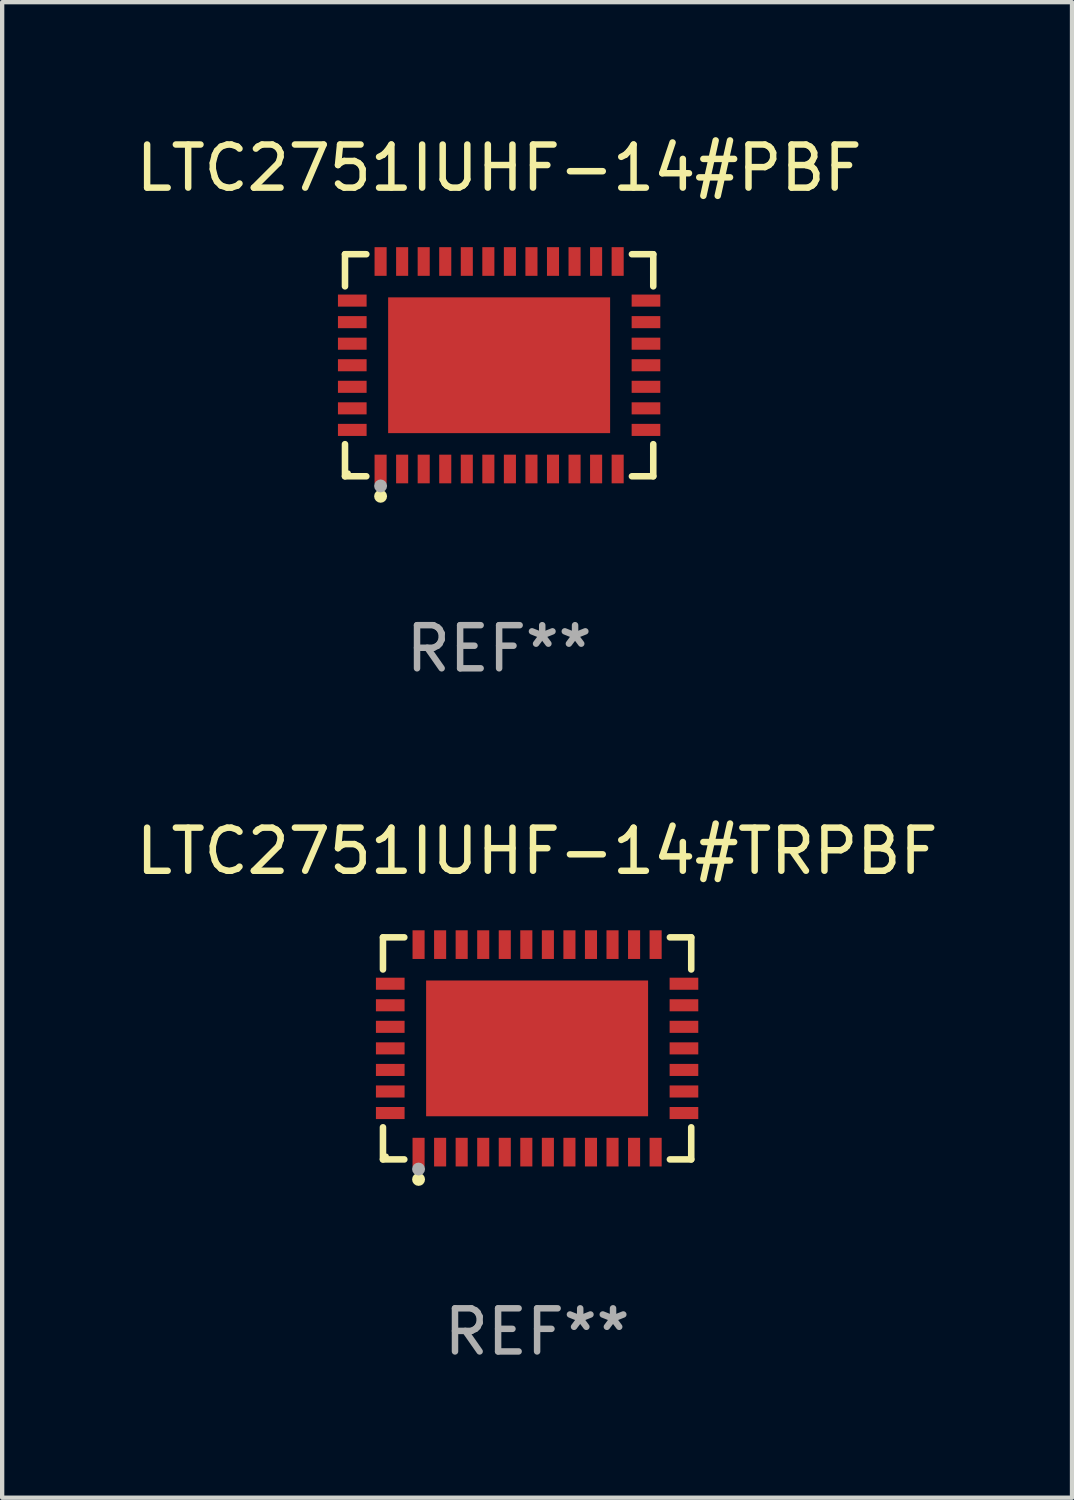
<source format=kicad_pcb>
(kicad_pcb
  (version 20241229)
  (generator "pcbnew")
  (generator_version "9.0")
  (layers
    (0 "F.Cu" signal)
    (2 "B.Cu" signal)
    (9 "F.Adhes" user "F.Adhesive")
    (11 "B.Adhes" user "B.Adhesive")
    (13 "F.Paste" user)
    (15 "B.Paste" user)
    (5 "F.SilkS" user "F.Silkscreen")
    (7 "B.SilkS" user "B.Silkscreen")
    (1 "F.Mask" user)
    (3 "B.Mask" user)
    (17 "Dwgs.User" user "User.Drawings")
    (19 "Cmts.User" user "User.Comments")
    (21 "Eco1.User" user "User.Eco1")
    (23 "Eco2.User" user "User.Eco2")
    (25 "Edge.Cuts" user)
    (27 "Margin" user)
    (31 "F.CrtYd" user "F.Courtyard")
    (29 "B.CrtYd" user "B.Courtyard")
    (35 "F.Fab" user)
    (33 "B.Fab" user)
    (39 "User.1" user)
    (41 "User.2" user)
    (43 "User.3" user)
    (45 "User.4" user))
  (footprint "LTC2751IUHF-14#TRPBF"
    (layer "F.Cu")
    (at 9.411 21.273)
    (property "Reference" "LTC2751IUHF-14#TRPBF" (at 0 -4.576 0) (layer "F.SilkS") (effects (font (size 1 1) (thickness 0.15))))
    (attr through_hole)
    (fp_line (start -3.576 -2.576) (end -3.081 -2.576) (stroke (width 0.152) (type solid)) (layer "F.SilkS"))
    (fp_line (start -3.576 -1.831) (end -3.576 -2.576) (stroke (width 0.152) (type solid)) (layer "F.SilkS"))
    (fp_line (start -3.576 1.831) (end -3.576 2.576) (stroke (width 0.152) (type solid)) (layer "F.SilkS"))
    (fp_line (start -3.576 2.576) (end -3.081 2.576) (stroke (width 0.152) (type solid)) (layer "F.SilkS"))
    (fp_line (start 3.576 -2.576) (end 3.081 -2.576) (stroke (width 0.152) (type solid)) (layer "F.SilkS"))
    (fp_line (start 3.576 -1.831) (end 3.576 -2.576) (stroke (width 0.152) (type solid)) (layer "F.SilkS"))
    (fp_line (start 3.576 1.831) (end 3.576 2.576) (stroke (width 0.152) (type solid)) (layer "F.SilkS"))
    (fp_line (start 3.576 2.576) (end 3.081 2.576) (stroke (width 0.152) (type solid)) (layer "F.SilkS"))
    (fp_circle (center -3.5 2.5) (end -3.47 2.5) (stroke (width 0.06) (type solid)) (fill no) (layer "F.SilkS"))
    (fp_circle (center -2.75 3.04) (end -2.675 3.04) (stroke (width 0.15) (type solid)) (fill no) (layer "F.SilkS"))
    (fp_circle (center -2.75 2.8) (end -2.675 2.8) (stroke (width 0.15) (type solid)) (fill no) (layer "F.Fab"))
    (fp_text user "REF**" (at 0 6.576 0) (layer "F.Fab") (effects (font (size 1 1) (thickness 0.15))))
    (pad "1" smd rect (at -2.75 2.407) (size 0.28 0.665) (layers "F.Cu" "F.Mask" "F.Paste"))
    (pad "2" smd rect (at -2.25 2.407) (size 0.28 0.665) (layers "F.Cu" "F.Mask" "F.Paste"))
    (pad "3" smd rect (at -1.75 2.407) (size 0.28 0.665) (layers "F.Cu" "F.Mask" "F.Paste"))
    (pad "4" smd rect (at -1.25 2.407) (size 0.28 0.665) (layers "F.Cu" "F.Mask" "F.Paste"))
    (pad "5" smd rect (at -0.75 2.407) (size 0.28 0.665) (layers "F.Cu" "F.Mask" "F.Paste"))
    (pad "6" smd rect (at -0.25 2.407) (size 0.28 0.665) (layers "F.Cu" "F.Mask" "F.Paste"))
    (pad "7" smd rect (at 0.25 2.407) (size 0.28 0.665) (layers "F.Cu" "F.Mask" "F.Paste"))
    (pad "8" smd rect (at 0.75 2.407) (size 0.28 0.665) (layers "F.Cu" "F.Mask" "F.Paste"))
    (pad "9" smd rect (at 1.25 2.407) (size 0.28 0.665) (layers "F.Cu" "F.Mask" "F.Paste"))
    (pad "10" smd rect (at 1.75 2.407) (size 0.28 0.665) (layers "F.Cu" "F.Mask" "F.Paste"))
    (pad "11" smd rect (at 2.25 2.407) (size 0.28 0.665) (layers "F.Cu" "F.Mask" "F.Paste"))
    (pad "12" smd rect (at 2.75 2.407) (size 0.28 0.665) (layers "F.Cu" "F.Mask" "F.Paste"))
    (pad "13" smd rect (at 3.407 1.5) (size 0.665 0.28) (layers "F.Cu" "F.Mask" "F.Paste"))
    (pad "14" smd rect (at 3.407 1) (size 0.665 0.28) (layers "F.Cu" "F.Mask" "F.Paste"))
    (pad "15" smd rect (at 3.407 0.5) (size 0.665 0.28) (layers "F.Cu" "F.Mask" "F.Paste"))
    (pad "16" smd rect (at 3.407 0) (size 0.665 0.28) (layers "F.Cu" "F.Mask" "F.Paste"))
    (pad "17" smd rect (at 3.407 -0.5) (size 0.665 0.28) (layers "F.Cu" "F.Mask" "F.Paste"))
    (pad "18" smd rect (at 3.407 -1) (size 0.665 0.28) (layers "F.Cu" "F.Mask" "F.Paste"))
    (pad "19" smd rect (at 3.407 -1.5) (size 0.665 0.28) (layers "F.Cu" "F.Mask" "F.Paste"))
    (pad "20" smd rect (at 2.75 -2.407) (size 0.28 0.665) (layers "F.Cu" "F.Mask" "F.Paste"))
    (pad "21" smd rect (at 2.25 -2.407) (size 0.28 0.665) (layers "F.Cu" "F.Mask" "F.Paste"))
    (pad "22" smd rect (at 1.75 -2.407) (size 0.28 0.665) (layers "F.Cu" "F.Mask" "F.Paste"))
    (pad "23" smd rect (at 1.25 -2.407) (size 0.28 0.665) (layers "F.Cu" "F.Mask" "F.Paste"))
    (pad "24" smd rect (at 0.75 -2.407) (size 0.28 0.665) (layers "F.Cu" "F.Mask" "F.Paste"))
    (pad "25" smd rect (at 0.25 -2.407) (size 0.28 0.665) (layers "F.Cu" "F.Mask" "F.Paste"))
    (pad "26" smd rect (at -0.25 -2.407) (size 0.28 0.665) (layers "F.Cu" "F.Mask" "F.Paste"))
    (pad "27" smd rect (at -0.75 -2.407) (size 0.28 0.665) (layers "F.Cu" "F.Mask" "F.Paste"))
    (pad "28" smd rect (at -1.25 -2.407) (size 0.28 0.665) (layers "F.Cu" "F.Mask" "F.Paste"))
    (pad "29" smd rect (at -1.75 -2.407) (size 0.28 0.665) (layers "F.Cu" "F.Mask" "F.Paste"))
    (pad "30" smd rect (at -2.25 -2.407) (size 0.28 0.665) (layers "F.Cu" "F.Mask" "F.Paste"))
    (pad "31" smd rect (at -2.75 -2.407) (size 0.28 0.665) (layers "F.Cu" "F.Mask" "F.Paste"))
    (pad "32" smd rect (at -3.407 -1.5) (size 0.665 0.28) (layers "F.Cu" "F.Mask" "F.Paste"))
    (pad "33" smd rect (at -3.407 -1) (size 0.665 0.28) (layers "F.Cu" "F.Mask" "F.Paste"))
    (pad "34" smd rect (at -3.407 -0.5) (size 0.665 0.28) (layers "F.Cu" "F.Mask" "F.Paste"))
    (pad "35" smd rect (at -3.407 0) (size 0.665 0.28) (layers "F.Cu" "F.Mask" "F.Paste"))
    (pad "36" smd rect (at -3.407 0.5) (size 0.665 0.28) (layers "F.Cu" "F.Mask" "F.Paste"))
    (pad "37" smd rect (at -3.407 1) (size 0.665 0.28) (layers "F.Cu" "F.Mask" "F.Paste"))
    (pad "38" smd rect (at -3.407 1.5) (size 0.665 0.28) (layers "F.Cu" "F.Mask" "F.Paste"))
    (pad "39" smd rect (at 0 0) (size 5.15 3.15) (layers "F.Cu" "F.Mask" "F.Paste")))
  (footprint "LTC2751IUHF-14#PBF"
    (layer "F.Cu")
    (at 8.53 5.424)
    (property "Reference" "LTC2751IUHF-14#PBF" (at 0 -4.576 0) (layer "F.SilkS") (effects (font (size 1 1) (thickness 0.15))))
    (attr through_hole)
    (fp_line (start -3.576 -2.576) (end -3.081 -2.576) (stroke (width 0.152) (type solid)) (layer "F.SilkS"))
    (fp_line (start -3.576 -1.831) (end -3.576 -2.576) (stroke (width 0.152) (type solid)) (layer "F.SilkS"))
    (fp_line (start -3.576 1.831) (end -3.576 2.576) (stroke (width 0.152) (type solid)) (layer "F.SilkS"))
    (fp_line (start -3.576 2.576) (end -3.081 2.576) (stroke (width 0.152) (type solid)) (layer "F.SilkS"))
    (fp_line (start 3.576 -2.576) (end 3.081 -2.576) (stroke (width 0.152) (type solid)) (layer "F.SilkS"))
    (fp_line (start 3.576 -1.831) (end 3.576 -2.576) (stroke (width 0.152) (type solid)) (layer "F.SilkS"))
    (fp_line (start 3.576 1.831) (end 3.576 2.576) (stroke (width 0.152) (type solid)) (layer "F.SilkS"))
    (fp_line (start 3.576 2.576) (end 3.081 2.576) (stroke (width 0.152) (type solid)) (layer "F.SilkS"))
    (fp_circle (center -3.5 2.5) (end -3.47 2.5) (stroke (width 0.06) (type solid)) (fill no) (layer "F.SilkS"))
    (fp_circle (center -2.75 3.04) (end -2.675 3.04) (stroke (width 0.15) (type solid)) (fill no) (layer "F.SilkS"))
    (fp_circle (center -2.75 2.8) (end -2.675 2.8) (stroke (width 0.15) (type solid)) (fill no) (layer "F.Fab"))
    (fp_text user "REF**" (at 0 6.576 0) (layer "F.Fab") (effects (font (size 1 1) (thickness 0.15))))
    (pad "1" smd rect (at -2.75 2.407) (size 0.28 0.665) (layers "F.Cu" "F.Mask" "F.Paste"))
    (pad "2" smd rect (at -2.25 2.407) (size 0.28 0.665) (layers "F.Cu" "F.Mask" "F.Paste"))
    (pad "3" smd rect (at -1.75 2.407) (size 0.28 0.665) (layers "F.Cu" "F.Mask" "F.Paste"))
    (pad "4" smd rect (at -1.25 2.407) (size 0.28 0.665) (layers "F.Cu" "F.Mask" "F.Paste"))
    (pad "5" smd rect (at -0.75 2.407) (size 0.28 0.665) (layers "F.Cu" "F.Mask" "F.Paste"))
    (pad "6" smd rect (at -0.25 2.407) (size 0.28 0.665) (layers "F.Cu" "F.Mask" "F.Paste"))
    (pad "7" smd rect (at 0.25 2.407) (size 0.28 0.665) (layers "F.Cu" "F.Mask" "F.Paste"))
    (pad "8" smd rect (at 0.75 2.407) (size 0.28 0.665) (layers "F.Cu" "F.Mask" "F.Paste"))
    (pad "9" smd rect (at 1.25 2.407) (size 0.28 0.665) (layers "F.Cu" "F.Mask" "F.Paste"))
    (pad "10" smd rect (at 1.75 2.407) (size 0.28 0.665) (layers "F.Cu" "F.Mask" "F.Paste"))
    (pad "11" smd rect (at 2.25 2.407) (size 0.28 0.665) (layers "F.Cu" "F.Mask" "F.Paste"))
    (pad "12" smd rect (at 2.75 2.407) (size 0.28 0.665) (layers "F.Cu" "F.Mask" "F.Paste"))
    (pad "13" smd rect (at 3.407 1.5) (size 0.665 0.28) (layers "F.Cu" "F.Mask" "F.Paste"))
    (pad "14" smd rect (at 3.407 1) (size 0.665 0.28) (layers "F.Cu" "F.Mask" "F.Paste"))
    (pad "15" smd rect (at 3.407 0.5) (size 0.665 0.28) (layers "F.Cu" "F.Mask" "F.Paste"))
    (pad "16" smd rect (at 3.407 0) (size 0.665 0.28) (layers "F.Cu" "F.Mask" "F.Paste"))
    (pad "17" smd rect (at 3.407 -0.5) (size 0.665 0.28) (layers "F.Cu" "F.Mask" "F.Paste"))
    (pad "18" smd rect (at 3.407 -1) (size 0.665 0.28) (layers "F.Cu" "F.Mask" "F.Paste"))
    (pad "19" smd rect (at 3.407 -1.5) (size 0.665 0.28) (layers "F.Cu" "F.Mask" "F.Paste"))
    (pad "20" smd rect (at 2.75 -2.407) (size 0.28 0.665) (layers "F.Cu" "F.Mask" "F.Paste"))
    (pad "21" smd rect (at 2.25 -2.407) (size 0.28 0.665) (layers "F.Cu" "F.Mask" "F.Paste"))
    (pad "22" smd rect (at 1.75 -2.407) (size 0.28 0.665) (layers "F.Cu" "F.Mask" "F.Paste"))
    (pad "23" smd rect (at 1.25 -2.407) (size 0.28 0.665) (layers "F.Cu" "F.Mask" "F.Paste"))
    (pad "24" smd rect (at 0.75 -2.407) (size 0.28 0.665) (layers "F.Cu" "F.Mask" "F.Paste"))
    (pad "25" smd rect (at 0.25 -2.407) (size 0.28 0.665) (layers "F.Cu" "F.Mask" "F.Paste"))
    (pad "26" smd rect (at -0.25 -2.407) (size 0.28 0.665) (layers "F.Cu" "F.Mask" "F.Paste"))
    (pad "27" smd rect (at -0.75 -2.407) (size 0.28 0.665) (layers "F.Cu" "F.Mask" "F.Paste"))
    (pad "28" smd rect (at -1.25 -2.407) (size 0.28 0.665) (layers "F.Cu" "F.Mask" "F.Paste"))
    (pad "29" smd rect (at -1.75 -2.407) (size 0.28 0.665) (layers "F.Cu" "F.Mask" "F.Paste"))
    (pad "30" smd rect (at -2.25 -2.407) (size 0.28 0.665) (layers "F.Cu" "F.Mask" "F.Paste"))
    (pad "31" smd rect (at -2.75 -2.407) (size 0.28 0.665) (layers "F.Cu" "F.Mask" "F.Paste"))
    (pad "32" smd rect (at -3.407 -1.5) (size 0.665 0.28) (layers "F.Cu" "F.Mask" "F.Paste"))
    (pad "33" smd rect (at -3.407 -1) (size 0.665 0.28) (layers "F.Cu" "F.Mask" "F.Paste"))
    (pad "34" smd rect (at -3.407 -0.5) (size 0.665 0.28) (layers "F.Cu" "F.Mask" "F.Paste"))
    (pad "35" smd rect (at -3.407 0) (size 0.665 0.28) (layers "F.Cu" "F.Mask" "F.Paste"))
    (pad "36" smd rect (at -3.407 0.5) (size 0.665 0.28) (layers "F.Cu" "F.Mask" "F.Paste"))
    (pad "37" smd rect (at -3.407 1) (size 0.665 0.28) (layers "F.Cu" "F.Mask" "F.Paste"))
    (pad "38" smd rect (at -3.407 1.5) (size 0.665 0.28) (layers "F.Cu" "F.Mask" "F.Paste"))
    (pad "39" smd rect (at 0 0) (size 5.15 3.15) (layers "F.Cu" "F.Mask" "F.Paste")))
  (gr_rect
    (start -3 -3)
    (end 21.821 31.698)
    (stroke (width 0.1) (type default))
    (fill no)
    (layer "Edge.Cuts")))
</source>
